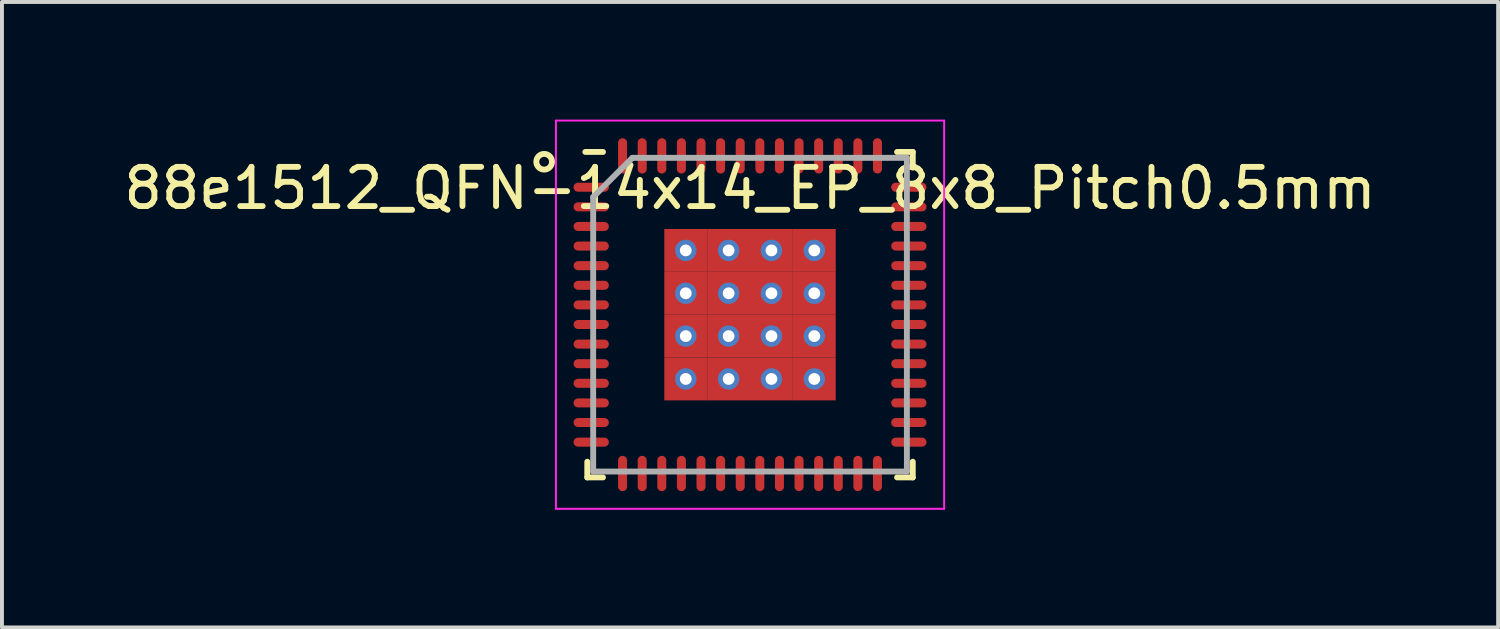
<source format=kicad_pcb>
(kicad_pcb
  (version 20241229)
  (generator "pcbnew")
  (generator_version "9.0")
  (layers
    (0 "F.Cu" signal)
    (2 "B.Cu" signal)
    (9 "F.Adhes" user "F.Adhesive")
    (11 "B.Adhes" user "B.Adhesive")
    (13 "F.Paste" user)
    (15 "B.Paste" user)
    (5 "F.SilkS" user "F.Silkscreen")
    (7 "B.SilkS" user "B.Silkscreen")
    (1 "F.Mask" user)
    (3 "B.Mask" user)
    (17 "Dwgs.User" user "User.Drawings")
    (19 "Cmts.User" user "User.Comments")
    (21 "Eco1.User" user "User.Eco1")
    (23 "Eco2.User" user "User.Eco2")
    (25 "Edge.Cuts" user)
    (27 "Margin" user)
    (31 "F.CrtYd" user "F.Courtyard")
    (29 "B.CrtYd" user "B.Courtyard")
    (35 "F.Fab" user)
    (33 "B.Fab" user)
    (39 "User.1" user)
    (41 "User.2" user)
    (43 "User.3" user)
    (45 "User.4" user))
  (footprint "88e1512_QFN-14x14_EP_8x8_Pitch0.5mm"
    (layer "F.Cu")
    (at 16.077 4.975)
    (property "Reference" "88e1512_QFN-14x14_EP_8x8_Pitch0.5mm" (at 0 -3.225 0) (layer "F.SilkS") (effects (font (size 1 1) (thickness 0.15))))
    (attr smd)
    (fp_line (start -4.15 4.15) (end -4.15 3.75) (stroke (width 0.15) (type solid)) (layer "F.SilkS"))
    (fp_line (start -3.75 -4.15) (end -4.2 -4.15) (stroke (width 0.15) (type solid)) (layer "F.SilkS"))
    (fp_line (start -3.75 4.15) (end -4.15 4.15) (stroke (width 0.15) (type solid)) (layer "F.SilkS"))
    (fp_line (start 3.75 -4.15) (end 4.15 -4.15) (stroke (width 0.15) (type solid)) (layer "F.SilkS"))
    (fp_line (start 3.75 4.15) (end 4.15 4.15) (stroke (width 0.15) (type solid)) (layer "F.SilkS"))
    (fp_line (start 4.15 -4.15) (end 4.15 -3.75) (stroke (width 0.15) (type solid)) (layer "F.SilkS"))
    (fp_line (start 4.15 4.15) (end 4.15 3.75) (stroke (width 0.15) (type solid)) (layer "F.SilkS"))
    (fp_circle (center -5.25 -3.9) (end -5.25 -3.7) (stroke (width 0.15) (type solid)) (fill no) (layer "F.SilkS"))
    (fp_line (start -4.95 -4.95) (end 4.95 -4.95) (stroke (width 0.05) (type solid)) (layer "F.CrtYd"))
    (fp_line (start -4.95 4.95) (end -4.95 -4.95) (stroke (width 0.05) (type solid)) (layer "F.CrtYd"))
    (fp_line (start 4.95 -4.95) (end 4.95 4.95) (stroke (width 0.05) (type solid)) (layer "F.CrtYd"))
    (fp_line (start 4.95 4.95) (end -4.95 4.95) (stroke (width 0.05) (type solid)) (layer "F.CrtYd"))
    (fp_line (start -4 -3) (end -4 4) (stroke (width 0.15) (type solid)) (layer "F.Fab"))
    (fp_line (start -4 4) (end 4 4) (stroke (width 0.15) (type solid)) (layer "F.Fab"))
    (fp_line (start -3 -4) (end -4 -3) (stroke (width 0.15) (type solid)) (layer "F.Fab"))
    (fp_line (start 4 -4) (end -3 -4) (stroke (width 0.15) (type solid)) (layer "F.Fab"))
    (fp_line (start 4 4) (end 4 -4) (stroke (width 0.15) (type solid)) (layer "F.Fab"))
    (pad "1" smd oval (at -4.05 -3.25 90) (size 0.23 0.9) (layers "F.Cu" "F.Mask" "F.Paste"))
    (pad "2" smd oval (at -4.05 -2.75 90) (size 0.23 0.9) (layers "F.Cu" "F.Mask" "F.Paste"))
    (pad "3" smd oval (at -4.05 -2.25 90) (size 0.23 0.9) (layers "F.Cu" "F.Mask" "F.Paste"))
    (pad "4" smd oval (at -4.05 -1.75 90) (size 0.23 0.9) (layers "F.Cu" "F.Mask" "F.Paste"))
    (pad "5" smd oval (at -4.05 -1.25 90) (size 0.23 0.9) (layers "F.Cu" "F.Mask" "F.Paste"))
    (pad "6" smd oval (at -4.05 -0.75 90) (size 0.23 0.9) (layers "F.Cu" "F.Mask" "F.Paste"))
    (pad "7" smd oval (at -4.05 -0.25 90) (size 0.23 0.9) (layers "F.Cu" "F.Mask" "F.Paste"))
    (pad "8" smd oval (at -4.05 0.25 90) (size 0.23 0.9) (layers "F.Cu" "F.Mask" "F.Paste"))
    (pad "9" smd oval (at -4.05 0.75 90) (size 0.23 0.9) (layers "F.Cu" "F.Mask" "F.Paste"))
    (pad "10" smd oval (at -4.05 1.25 90) (size 0.23 0.9) (layers "F.Cu" "F.Mask" "F.Paste"))
    (pad "11" smd oval (at -4.05 1.75 90) (size 0.23 0.9) (layers "F.Cu" "F.Mask" "F.Paste"))
    (pad "12" smd oval (at -4.05 2.25 90) (size 0.23 0.9) (layers "F.Cu" "F.Mask" "F.Paste"))
    (pad "13" smd oval (at -4.05 2.75 90) (size 0.23 0.9) (layers "F.Cu" "F.Mask" "F.Paste"))
    (pad "14" smd oval (at -4.05 3.25 90) (size 0.23 0.9) (layers "F.Cu" "F.Mask" "F.Paste"))
    (pad "15" smd oval (at -3.25 4.05) (size 0.23 0.9) (layers "F.Cu" "F.Mask" "F.Paste"))
    (pad "16" smd oval (at -2.75 4.05) (size 0.23 0.9) (layers "F.Cu" "F.Mask" "F.Paste"))
    (pad "17" smd oval (at -2.25 4.05) (size 0.23 0.9) (layers "F.Cu" "F.Mask" "F.Paste"))
    (pad "18" smd oval (at -1.75 4.05) (size 0.23 0.9) (layers "F.Cu" "F.Mask" "F.Paste"))
    (pad "19" smd oval (at -1.25 4.05) (size 0.23 0.9) (layers "F.Cu" "F.Mask" "F.Paste"))
    (pad "20" smd oval (at -0.75 4.05) (size 0.23 0.9) (layers "F.Cu" "F.Mask" "F.Paste"))
    (pad "21" smd oval (at -0.25 4.05) (size 0.23 0.9) (layers "F.Cu" "F.Mask" "F.Paste"))
    (pad "22" smd oval (at 0.25 4.05) (size 0.23 0.9) (layers "F.Cu" "F.Mask" "F.Paste"))
    (pad "23" smd oval (at 0.75 4.05) (size 0.23 0.9) (layers "F.Cu" "F.Mask" "F.Paste"))
    (pad "24" smd oval (at 1.25 4.05) (size 0.23 0.9) (layers "F.Cu" "F.Mask" "F.Paste"))
    (pad "25" smd oval (at 1.75 4.05) (size 0.23 0.9) (layers "F.Cu" "F.Mask" "F.Paste"))
    (pad "26" smd oval (at 2.25 4.05) (size 0.23 0.9) (layers "F.Cu" "F.Mask" "F.Paste"))
    (pad "27" smd oval (at 2.75 4.05) (size 0.23 0.9) (layers "F.Cu" "F.Mask" "F.Paste"))
    (pad "28" smd oval (at 3.25 4.05) (size 0.23 0.9) (layers "F.Cu" "F.Mask" "F.Paste"))
    (pad "29" smd oval (at 4.05 3.25 90) (size 0.23 0.9) (layers "F.Cu" "F.Mask" "F.Paste"))
    (pad "30" smd oval (at 4.05 2.75 90) (size 0.23 0.9) (layers "F.Cu" "F.Mask" "F.Paste"))
    (pad "31" smd oval (at 4.05 2.25 90) (size 0.23 0.9) (layers "F.Cu" "F.Mask" "F.Paste"))
    (pad "32" smd oval (at 4.05 1.75 90) (size 0.23 0.9) (layers "F.Cu" "F.Mask" "F.Paste"))
    (pad "33" smd oval (at 4.05 1.25 90) (size 0.23 0.9) (layers "F.Cu" "F.Mask" "F.Paste"))
    (pad "34" smd oval (at 4.05 0.75 90) (size 0.23 0.9) (layers "F.Cu" "F.Mask" "F.Paste"))
    (pad "35" smd oval (at 4.05 0.25 90) (size 0.23 0.9) (layers "F.Cu" "F.Mask" "F.Paste"))
    (pad "36" smd oval (at 4.05 -0.25 90) (size 0.23 0.9) (layers "F.Cu" "F.Mask" "F.Paste"))
    (pad "37" smd oval (at 4.05 -0.75 90) (size 0.23 0.9) (layers "F.Cu" "F.Mask" "F.Paste"))
    (pad "38" smd oval (at 4.05 -1.25 90) (size 0.23 0.9) (layers "F.Cu" "F.Mask" "F.Paste"))
    (pad "39" smd oval (at 4.05 -1.75 90) (size 0.23 0.9) (layers "F.Cu" "F.Mask" "F.Paste"))
    (pad "40" smd oval (at 4.05 -2.25 90) (size 0.23 0.9) (layers "F.Cu" "F.Mask" "F.Paste"))
    (pad "41" smd oval (at 4.05 -2.75 90) (size 0.23 0.9) (layers "F.Cu" "F.Mask" "F.Paste"))
    (pad "42" smd oval (at 4.05 -3.25 90) (size 0.23 0.9) (layers "F.Cu" "F.Mask" "F.Paste"))
    (pad "43" smd oval (at 3.25 -4.05) (size 0.23 0.9) (layers "F.Cu" "F.Mask" "F.Paste"))
    (pad "44" smd oval (at 2.75 -4.05) (size 0.23 0.9) (layers "F.Cu" "F.Mask" "F.Paste"))
    (pad "45" smd oval (at 2.25 -4.05) (size 0.23 0.9) (layers "F.Cu" "F.Mask" "F.Paste"))
    (pad "46" smd oval (at 1.75 -4.05) (size 0.23 0.9) (layers "F.Cu" "F.Mask" "F.Paste"))
    (pad "47" smd oval (at 1.25 -4.05) (size 0.23 0.9) (layers "F.Cu" "F.Mask" "F.Paste"))
    (pad "48" smd oval (at 0.75 -4.05) (size 0.23 0.9) (layers "F.Cu" "F.Mask" "F.Paste"))
    (pad "49" smd oval (at 0.25 -4.05) (size 0.23 0.9) (layers "F.Cu" "F.Mask" "F.Paste"))
    (pad "50" smd oval (at -0.25 -4.05) (size 0.23 0.9) (layers "F.Cu" "F.Mask" "F.Paste"))
    (pad "51" smd oval (at -0.75 -4.05) (size 0.23 0.9) (layers "F.Cu" "F.Mask" "F.Paste"))
    (pad "52" smd oval (at -1.25 -4.05) (size 0.23 0.9) (layers "F.Cu" "F.Mask" "F.Paste"))
    (pad "53" smd oval (at -1.75 -4.05) (size 0.23 0.9) (layers "F.Cu" "F.Mask" "F.Paste"))
    (pad "54" smd oval (at -2.25 -4.05) (size 0.23 0.9) (layers "F.Cu" "F.Mask" "F.Paste"))
    (pad "55" smd oval (at -2.75 -4.05) (size 0.23 0.9) (layers "F.Cu" "F.Mask" "F.Paste"))
    (pad "56" smd oval (at -3.25 -4.05) (size 0.23 0.9) (layers "F.Cu" "F.Mask" "F.Paste"))
    (pad "57" thru_hole circle (at -1.639 -1.639) (size 0.546 0.546) (drill 0.3) (layers "*.Cu" "*.Mask"))
    (pad "57" smd rect (at -1.639 -1.639) (size 1.093 1.093) (layers "F.Cu" "F.Mask" "F.Paste"))
    (pad "57" thru_hole circle (at -1.639 -0.546) (size 0.546 0.546) (drill 0.3) (layers "*.Cu" "*.Mask"))
    (pad "57" smd rect (at -1.639 -0.546) (size 1.093 1.093) (layers "F.Cu" "F.Mask" "F.Paste"))
    (pad "57" thru_hole circle (at -1.639 0.546) (size 0.546 0.546) (drill 0.3) (layers "*.Cu" "*.Mask"))
    (pad "57" smd rect (at -1.639 0.546) (size 1.093 1.093) (layers "F.Cu" "F.Mask" "F.Paste"))
    (pad "57" thru_hole circle (at -1.639 1.639) (size 0.546 0.546) (drill 0.3) (layers "*.Cu" "*.Mask"))
    (pad "57" smd rect (at -1.639 1.639) (size 1.093 1.093) (layers "F.Cu" "F.Mask" "F.Paste"))
    (pad "57" thru_hole circle (at -0.546 -1.639) (size 0.546 0.546) (drill 0.3) (layers "*.Cu" "*.Mask"))
    (pad "57" smd rect (at -0.546 -1.639) (size 1.093 1.093) (layers "F.Cu" "F.Mask" "F.Paste"))
    (pad "57" thru_hole circle (at -0.546 -0.546) (size 0.546 0.546) (drill 0.3) (layers "*.Cu" "*.Mask"))
    (pad "57" smd rect (at -0.546 -0.546) (size 1.093 1.093) (layers "F.Cu" "F.Mask" "F.Paste"))
    (pad "57" thru_hole circle (at -0.546 0.546) (size 0.546 0.546) (drill 0.3) (layers "*.Cu" "*.Mask"))
    (pad "57" smd rect (at -0.546 0.546) (size 1.093 1.093) (layers "F.Cu" "F.Mask" "F.Paste"))
    (pad "57" thru_hole circle (at -0.546 1.639) (size 0.546 0.546) (drill 0.3) (layers "*.Cu" "*.Mask"))
    (pad "57" smd rect (at -0.546 1.639) (size 1.093 1.093) (layers "F.Cu" "F.Mask" "F.Paste"))
    (pad "57" thru_hole circle (at 0.546 -1.639) (size 0.546 0.546) (drill 0.3) (layers "*.Cu" "*.Mask"))
    (pad "57" smd rect (at 0.546 -1.639) (size 1.093 1.093) (layers "F.Cu" "F.Mask" "F.Paste"))
    (pad "57" thru_hole circle (at 0.546 -0.546) (size 0.546 0.546) (drill 0.3) (layers "*.Cu" "*.Mask"))
    (pad "57" smd rect (at 0.546 -0.546) (size 1.093 1.093) (layers "F.Cu" "F.Mask" "F.Paste"))
    (pad "57" thru_hole circle (at 0.546 0.546) (size 0.546 0.546) (drill 0.3) (layers "*.Cu" "*.Mask"))
    (pad "57" smd rect (at 0.546 0.546) (size 1.093 1.093) (layers "F.Cu" "F.Mask" "F.Paste"))
    (pad "57" thru_hole circle (at 0.546 1.639) (size 0.546 0.546) (drill 0.3) (layers "*.Cu" "*.Mask"))
    (pad "57" smd rect (at 0.546 1.639) (size 1.093 1.093) (layers "F.Cu" "F.Mask" "F.Paste"))
    (pad "57" thru_hole circle (at 1.639 -1.639) (size 0.546 0.546) (drill 0.3) (layers "*.Cu" "*.Mask"))
    (pad "57" smd rect (at 1.639 -1.639) (size 1.093 1.093) (layers "F.Cu" "F.Mask" "F.Paste"))
    (pad "57" thru_hole circle (at 1.639 -0.546) (size 0.546 0.546) (drill 0.3) (layers "*.Cu" "*.Mask"))
    (pad "57" smd rect (at 1.639 -0.546) (size 1.093 1.093) (layers "F.Cu" "F.Mask" "F.Paste"))
    (pad "57" thru_hole circle (at 1.639 0.546) (size 0.546 0.546) (drill 0.3) (layers "*.Cu" "*.Mask"))
    (pad "57" smd rect (at 1.639 0.546) (size 1.093 1.093) (layers "F.Cu" "F.Mask" "F.Paste"))
    (pad "57" thru_hole circle (at 1.639 1.639) (size 0.546 0.546) (drill 0.3) (layers "*.Cu" "*.Mask"))
    (pad "57" smd rect (at 1.639 1.639) (size 1.093 1.093) (layers "F.Cu" "F.Mask" "F.Paste")))
  (gr_rect
    (start -3 -3)
    (end 35.155 12.95)
    (stroke (width 0.1) (type default))
    (fill no)
    (layer "Edge.Cuts")))
</source>
